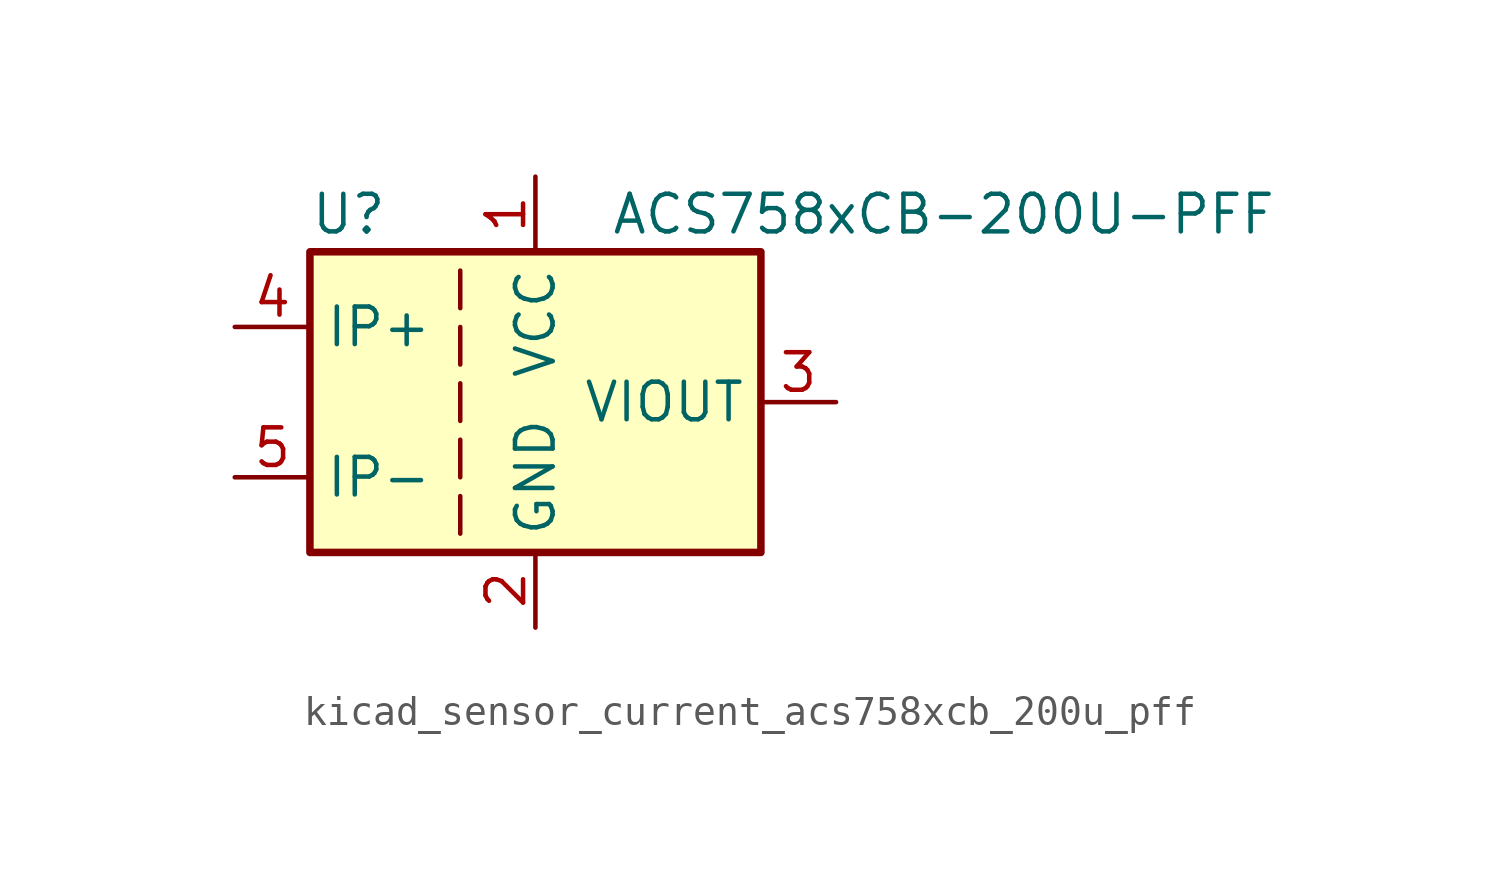
<source format=kicad_sym>
(kicad_symbol_lib
  (version 20220914)
  (generator kicad_symbol_editor)
  (symbol "kicad_sensor_current_acs758xcb_200u_pff"
    (property "Reference" "U"
      (at -7.62 6.35 0)
      (effects (font (size 1.27 1.27)) (justify left)))
    (property "Value" "ACS758xCB-200U-PFF"
      (at 2.54 6.35 0)
      (effects (font (size 1.27 1.27)) (justify left)))
    (symbol "kicad_sensor_current_acs758xcb_200u_pff_0_1"
      (rectangle (start -7.62 5.08) (end 7.62 -5.08) (stroke (width 0.254) (type default)) (fill (type background)))
      (polyline (pts (xy -2.54 -3.175) (xy -2.54 -4.445)) (stroke (width 0) (type default)) (fill (type none)))
      (polyline (pts (xy -2.54 -1.27) (xy -2.54 -2.54)) (stroke (width 0) (type default)) (fill (type none)))
      (polyline (pts (xy -2.54 0.635) (xy -2.54 -0.635)) (stroke (width 0) (type default)) (fill (type none)))
      (polyline (pts (xy -2.54 1.27) (xy -2.54 2.54)) (stroke (width 0) (type default)) (fill (type none)))
      (polyline (pts (xy -2.54 3.175) (xy -2.54 4.445)) (stroke (width 0) (type default)) (fill (type none))))
    (symbol "kicad_sensor_current_acs758xcb_200u_pff_1_1"
      (pin power_in line (at 0 7.62 270) (length 2.54) (name "VCC" (effects (font (size 1.27 1.27)))) (number "1" (effects (font (size 1.27 1.27)))))
      (pin power_in line (at 0 -7.62 90) (length 2.54) (name "GND" (effects (font (size 1.27 1.27)))) (number "2" (effects (font (size 1.27 1.27)))))
      (pin output line (at 10.16 0 180) (length 2.54) (name "VIOUT" (effects (font (size 1.27 1.27)))) (number "3" (effects (font (size 1.27 1.27)))))
      (pin passive line (at -10.16 2.54 0) (length 2.54) (name "IP+" (effects (font (size 1.27 1.27)))) (number "4" (effects (font (size 1.27 1.27)))))
      (pin passive line (at -10.16 -2.54 0) (length 2.54) (name "IP-" (effects (font (size 1.27 1.27)))) (number "5" (effects (font (size 1.27 1.27))))))))
</source>
